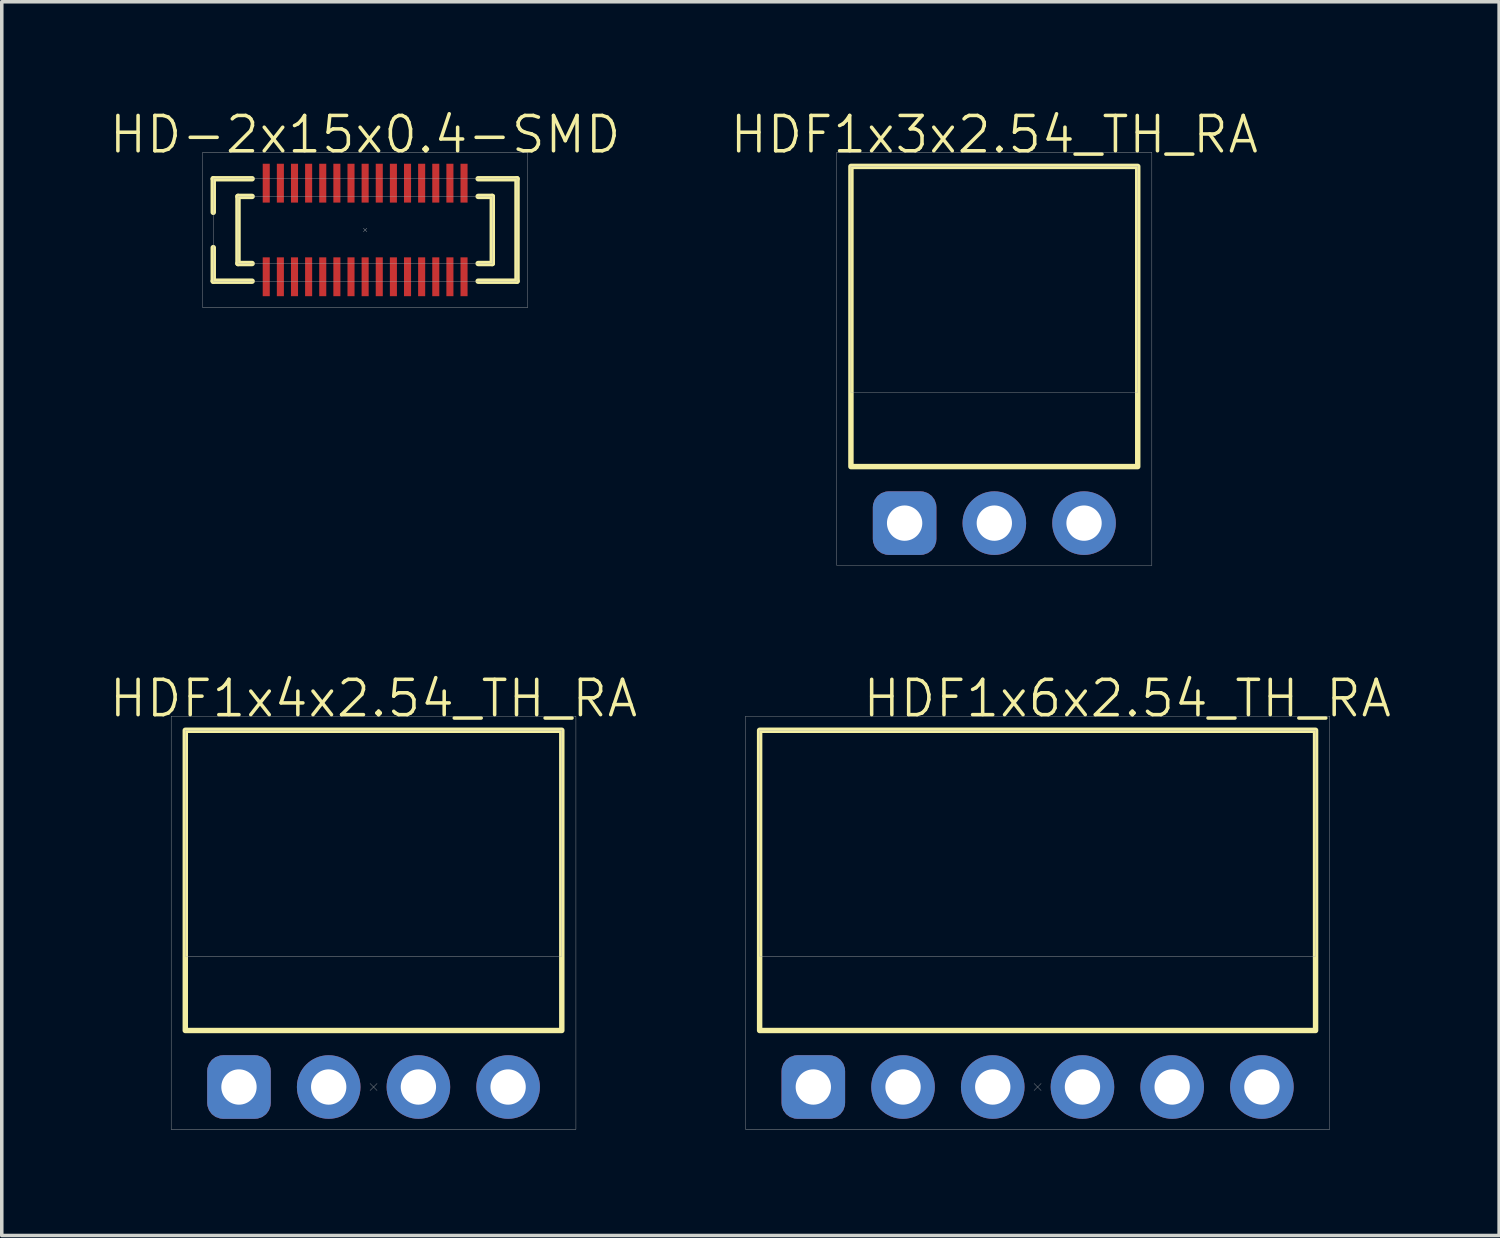
<source format=kicad_pcb>
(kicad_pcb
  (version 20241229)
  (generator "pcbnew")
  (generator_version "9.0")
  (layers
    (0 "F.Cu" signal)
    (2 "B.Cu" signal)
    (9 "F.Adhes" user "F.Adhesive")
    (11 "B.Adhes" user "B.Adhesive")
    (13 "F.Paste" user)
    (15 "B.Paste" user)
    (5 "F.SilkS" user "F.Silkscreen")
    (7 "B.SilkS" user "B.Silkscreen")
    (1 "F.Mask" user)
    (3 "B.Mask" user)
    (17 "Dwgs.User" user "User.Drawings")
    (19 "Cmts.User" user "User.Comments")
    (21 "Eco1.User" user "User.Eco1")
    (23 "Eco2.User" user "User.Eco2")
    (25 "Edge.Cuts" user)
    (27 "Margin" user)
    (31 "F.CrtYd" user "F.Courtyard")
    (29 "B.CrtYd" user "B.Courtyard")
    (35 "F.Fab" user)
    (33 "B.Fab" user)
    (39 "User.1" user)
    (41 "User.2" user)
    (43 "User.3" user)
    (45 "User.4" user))
  (footprint "HDF1x4x2.54_TH_RA"
    (layer "F.Cu")
    (at 7.526 27.726)
    (property "Reference" "HDF1x4x2.54_TH_RA" (at 0 -11 0) (unlocked yes) (layer "F.SilkS") (effects (font (size 1 1) (thickness 0.1))))
    (attr through_hole)
    (fp_rect (start -5.33 -10.1) (end 5.33 -1.6) (stroke (width 0.154) (type default)) (fill no) (layer "F.SilkS"))
    (fp_line (start -0.1 -0.1) (end 0.1 0.1) (stroke (width 0.01) (type default)) (layer "F.Fab"))
    (fp_line (start 0.1 -0.1) (end -0.1 0.1) (stroke (width 0.01) (type default)) (layer "F.Fab"))
    (fp_rect (start -5.73 -10.5) (end 5.73 1.2) (stroke (width 0.01) (type default)) (fill no) (layer "F.Fab"))
    (fp_rect (start -5.33 -10.1) (end 5.33 -3.7) (stroke (width 0.01) (type default)) (fill no) (layer "F.Fab"))
    (pad "1" thru_hole roundrect (at -3.81 0) (size 1.8 1.8) (drill 1) (layers "*.Cu" "*.Mask") (roundrect_rratio 0.25))
    (pad "2" thru_hole circle (at -1.27 0) (size 1.8 1.8) (drill 1) (layers "*.Cu" "*.Mask"))
    (pad "3" thru_hole circle (at 1.27 0) (size 1.8 1.8) (drill 1) (layers "*.Cu" "*.Mask"))
    (pad "4" thru_hole circle (at 3.81 0) (size 1.8 1.8) (drill 1) (layers "*.Cu" "*.Mask")))
  (footprint "HD-2x15x0.4-SMD"
    (layer "F.Cu")
    (at 7.288 3.461)
    (property "Reference" "HD-2x15x0.4-SMD" (at 0 -2.7 0) (unlocked yes) (layer "F.SilkS") (effects (font (size 1 1) (thickness 0.1))))
    (attr smd)
    (fp_line (start -4.3 -1.45) (end -4.3 -0.5) (stroke (width 0.154) (type default)) (layer "F.SilkS"))
    (fp_line (start -4.3 -1.45) (end -3.2 -1.45) (stroke (width 0.154) (type default)) (layer "F.SilkS"))
    (fp_line (start -4.3 0.5) (end -4.3 1.45) (stroke (width 0.154) (type default)) (layer "F.SilkS"))
    (fp_line (start -3.6 -0.95) (end -3.2 -0.95) (stroke (width 0.154) (type default)) (layer "F.SilkS"))
    (fp_line (start -3.6 0.95) (end -3.6 -0.95) (stroke (width 0.154) (type default)) (layer "F.SilkS"))
    (fp_line (start -3.2 0.95) (end -3.6 0.95) (stroke (width 0.154) (type default)) (layer "F.SilkS"))
    (fp_line (start -3.2 1.45) (end -4.3 1.45) (stroke (width 0.154) (type default)) (layer "F.SilkS"))
    (fp_line (start 3.2 -1.45) (end 4.3 -1.45) (stroke (width 0.154) (type default)) (layer "F.SilkS"))
    (fp_line (start 3.2 -0.95) (end 3.6 -0.95) (stroke (width 0.154) (type default)) (layer "F.SilkS"))
    (fp_line (start 3.6 -0.95) (end 3.6 0.95) (stroke (width 0.154) (type default)) (layer "F.SilkS"))
    (fp_line (start 3.6 0.95) (end 3.2 0.95) (stroke (width 0.154) (type default)) (layer "F.SilkS"))
    (fp_line (start 4.3 -1.45) (end 4.3 1.45) (stroke (width 0.154) (type default)) (layer "F.SilkS"))
    (fp_line (start 4.3 1.45) (end 3.2 1.45) (stroke (width 0.154) (type default)) (layer "F.SilkS"))
    (fp_line (start -0.05 -0.05) (end 0.05 0.05) (stroke (width 0.01) (type default)) (layer "F.Fab"))
    (fp_line (start -0.05 0.05) (end 0.05 -0.05) (stroke (width 0.01) (type default)) (layer "F.Fab"))
    (fp_rect (start -4.6 -2.2) (end 4.6 2.2) (stroke (width 0.01) (type default)) (fill no) (layer "F.Fab"))
    (fp_rect (start -4.3 -1.45) (end 4.3 1.45) (stroke (width 0.01) (type default)) (fill no) (layer "F.Fab"))
    (fp_rect (start -3.6 -0.95) (end 3.6 0.95) (stroke (width 0.01) (type default)) (fill no) (layer "F.Fab"))
    (pad "1" smd rect (at -2.8 1.325) (size 0.2 1.1) (layers "F.Cu" "F.Mask" "F.Paste"))
    (pad "2" smd rect (at -2.8 -1.325) (size 0.2 1.1) (layers "F.Cu" "F.Mask" "F.Paste"))
    (pad "3" smd rect (at -2.4 1.325) (size 0.2 1.1) (layers "F.Cu" "F.Mask" "F.Paste"))
    (pad "4" smd rect (at -2.4 -1.325) (size 0.2 1.1) (layers "F.Cu" "F.Mask" "F.Paste"))
    (pad "5" smd rect (at -2 1.325) (size 0.2 1.1) (layers "F.Cu" "F.Mask" "F.Paste"))
    (pad "6" smd rect (at -2 -1.325) (size 0.2 1.1) (layers "F.Cu" "F.Mask" "F.Paste"))
    (pad "7" smd rect (at -1.6 1.325) (size 0.2 1.1) (layers "F.Cu" "F.Mask" "F.Paste"))
    (pad "8" smd rect (at -1.6 -1.325) (size 0.2 1.1) (layers "F.Cu" "F.Mask" "F.Paste"))
    (pad "9" smd rect (at -1.2 1.325) (size 0.2 1.1) (layers "F.Cu" "F.Mask" "F.Paste"))
    (pad "10" smd rect (at -1.2 -1.325) (size 0.2 1.1) (layers "F.Cu" "F.Mask" "F.Paste"))
    (pad "11" smd rect (at -0.8 1.325) (size 0.2 1.1) (layers "F.Cu" "F.Mask" "F.Paste"))
    (pad "12" smd rect (at -0.8 -1.325) (size 0.2 1.1) (layers "F.Cu" "F.Mask" "F.Paste"))
    (pad "13" smd rect (at -0.4 1.325) (size 0.2 1.1) (layers "F.Cu" "F.Mask" "F.Paste"))
    (pad "14" smd rect (at -0.4 -1.325) (size 0.2 1.1) (layers "F.Cu" "F.Mask" "F.Paste"))
    (pad "15" smd rect (at 0 1.325) (size 0.2 1.1) (layers "F.Cu" "F.Mask" "F.Paste"))
    (pad "16" smd rect (at 0 -1.325) (size 0.2 1.1) (layers "F.Cu" "F.Mask" "F.Paste"))
    (pad "17" smd rect (at 0.4 1.325) (size 0.2 1.1) (layers "F.Cu" "F.Mask" "F.Paste"))
    (pad "18" smd rect (at 0.4 -1.325) (size 0.2 1.1) (layers "F.Cu" "F.Mask" "F.Paste"))
    (pad "19" smd rect (at 0.8 1.325) (size 0.2 1.1) (layers "F.Cu" "F.Mask" "F.Paste"))
    (pad "20" smd rect (at 0.8 -1.325) (size 0.2 1.1) (layers "F.Cu" "F.Mask" "F.Paste"))
    (pad "21" smd rect (at 1.2 1.325) (size 0.2 1.1) (layers "F.Cu" "F.Mask" "F.Paste"))
    (pad "22" smd rect (at 1.2 -1.325) (size 0.2 1.1) (layers "F.Cu" "F.Mask" "F.Paste"))
    (pad "23" smd rect (at 1.6 1.325) (size 0.2 1.1) (layers "F.Cu" "F.Mask" "F.Paste"))
    (pad "24" smd rect (at 1.6 -1.325) (size 0.2 1.1) (layers "F.Cu" "F.Mask" "F.Paste"))
    (pad "25" smd rect (at 2 1.325) (size 0.2 1.1) (layers "F.Cu" "F.Mask" "F.Paste"))
    (pad "26" smd rect (at 2 -1.325) (size 0.2 1.1) (layers "F.Cu" "F.Mask" "F.Paste"))
    (pad "27" smd rect (at 2.4 1.325) (size 0.2 1.1) (layers "F.Cu" "F.Mask" "F.Paste"))
    (pad "28" smd rect (at 2.4 -1.325) (size 0.2 1.1) (layers "F.Cu" "F.Mask" "F.Paste"))
    (pad "29" smd rect (at 2.8 1.325) (size 0.2 1.1) (layers "F.Cu" "F.Mask" "F.Paste"))
    (pad "30" smd rect (at 2.8 -1.325) (size 0.2 1.1) (layers "F.Cu" "F.Mask" "F.Paste")))
  (footprint "HDF1x6x2.54_TH_RA"
    (layer "F.Cu")
    (at 26.327 27.726)
    (property "Reference" "HDF1x6x2.54_TH_RA" (at 2.54 -11 0) (unlocked yes) (layer "F.SilkS") (effects (font (size 1 1) (thickness 0.1))))
    (attr through_hole)
    (fp_rect (start -7.87 -10.1) (end 7.87 -1.6) (stroke (width 0.154) (type default)) (fill no) (layer "F.SilkS"))
    (fp_line (start -0.1 -0.1) (end 0.1 0.1) (stroke (width 0.01) (type default)) (layer "F.Fab"))
    (fp_line (start 0.1 -0.1) (end -0.1 0.1) (stroke (width 0.01) (type default)) (layer "F.Fab"))
    (fp_rect (start -8.27 -10.5) (end 8.27 1.2) (stroke (width 0.01) (type default)) (fill no) (layer "F.Fab"))
    (fp_rect (start -7.87 -10.1) (end 7.87 -3.7) (stroke (width 0.01) (type default)) (fill no) (layer "F.Fab"))
    (pad "1" thru_hole roundrect (at -6.35 0) (size 1.8 1.8) (drill 1) (layers "*.Cu" "*.Mask") (roundrect_rratio 0.25))
    (pad "2" thru_hole circle (at -3.81 0) (size 1.8 1.8) (drill 1) (layers "*.Cu" "*.Mask"))
    (pad "3" thru_hole circle (at -1.27 0) (size 1.8 1.8) (drill 1) (layers "*.Cu" "*.Mask"))
    (pad "4" thru_hole circle (at 1.27 0) (size 1.8 1.8) (drill 1) (layers "*.Cu" "*.Mask"))
    (pad "5" thru_hole circle (at 3.81 0) (size 1.8 1.8) (drill 1) (layers "*.Cu" "*.Mask"))
    (pad "6" thru_hole circle (at 6.35 0) (size 1.8 1.8) (drill 1) (layers "*.Cu" "*.Mask")))
  (footprint "HDF1x3x2.54_TH_RA"
    (layer "F.Cu")
    (at 25.102 11.761)
    (property "Reference" "HDF1x3x2.54_TH_RA" (at 0 -11 0) (unlocked yes) (layer "F.SilkS") (effects (font (size 1 1) (thickness 0.1))))
    (attr through_hole)
    (fp_rect (start -4.06 -10.1) (end 4.06 -1.6) (stroke (width 0.154) (type default)) (fill no) (layer "F.SilkS"))
    (fp_line (start -0.1 -0.1) (end 0.1 0.1) (stroke (width 0.01) (type default)) (layer "F.Fab"))
    (fp_line (start 0.1 -0.1) (end -0.1 0.1) (stroke (width 0.01) (type default)) (layer "F.Fab"))
    (fp_rect (start -4.46 -10.5) (end 4.46 1.2) (stroke (width 0.01) (type default)) (fill no) (layer "F.Fab"))
    (fp_rect (start -4.06 -10.1) (end 4.06 -3.7) (stroke (width 0.01) (type default)) (fill no) (layer "F.Fab"))
    (pad "1" thru_hole roundrect (at -2.54 0) (size 1.8 1.8) (drill 1) (layers "*.Cu" "*.Mask") (roundrect_rratio 0.25))
    (pad "2" thru_hole circle (at 0 0) (size 1.8 1.8) (drill 1) (layers "*.Cu" "*.Mask"))
    (pad "3" thru_hole circle (at 2.54 0) (size 1.8 1.8) (drill 1) (layers "*.Cu" "*.Mask")))
  (gr_rect
    (start -3 -3)
    (end 39.394 31.931)
    (stroke (width 0.1) (type default))
    (fill no)
    (layer "Edge.Cuts")))
</source>
